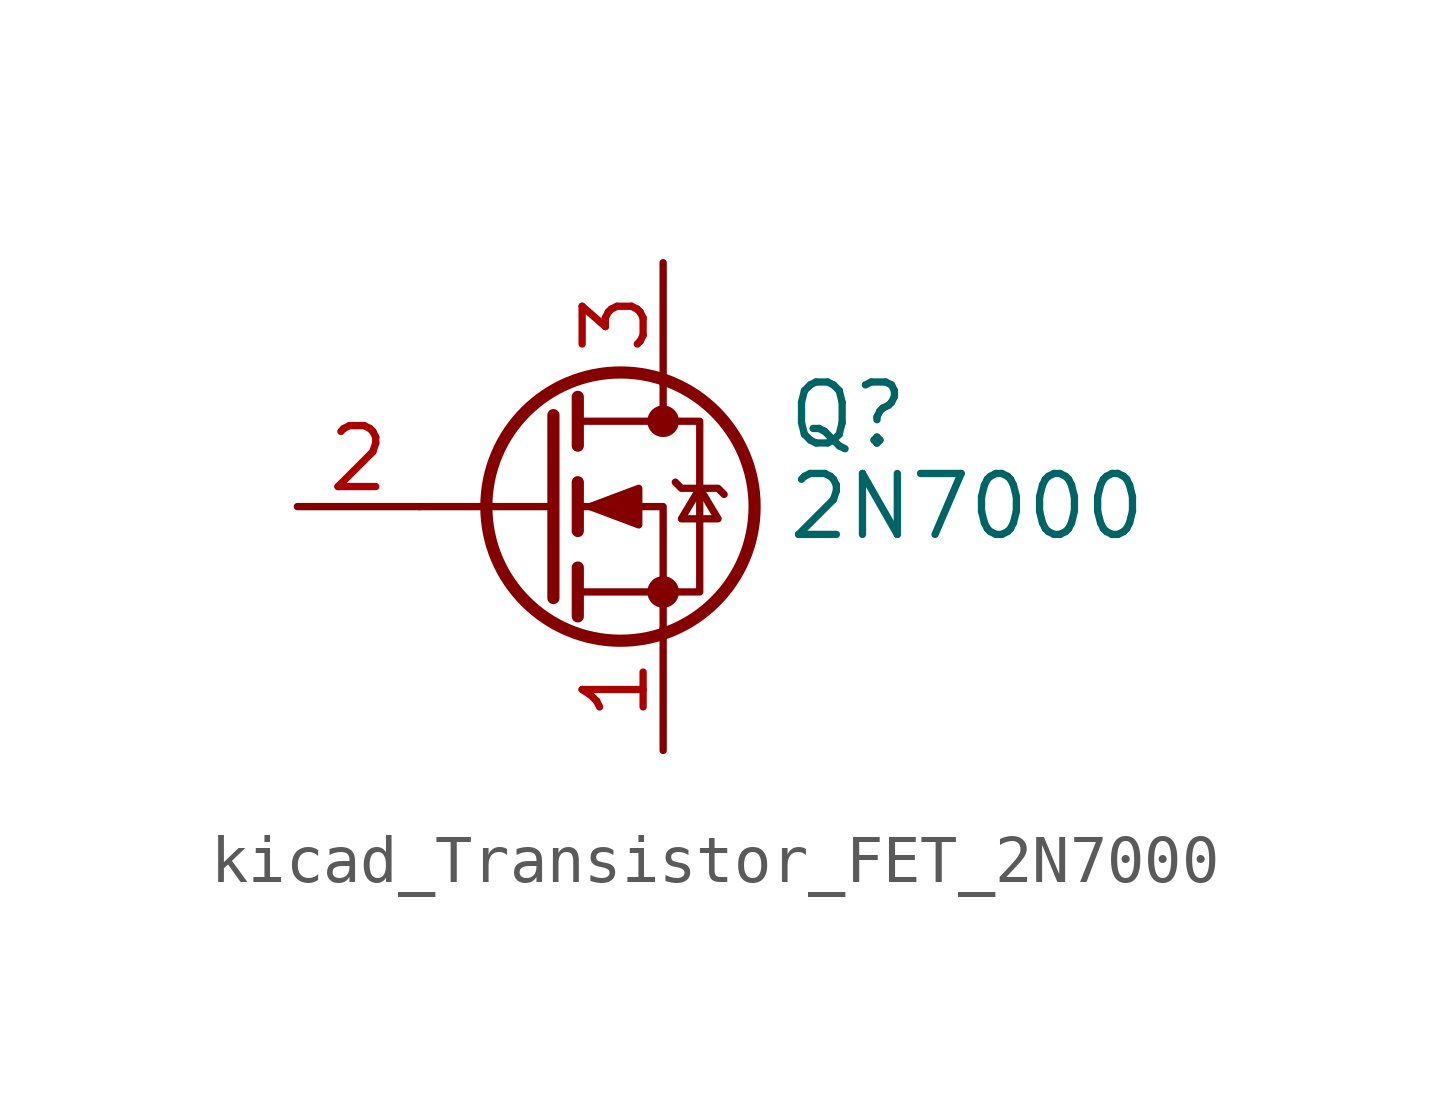
<source format=kicad_sym>
(kicad_symbol_lib
  (version 20220914)
  (generator kicad_symbol_editor)
  (symbol "kicad_Transistor_FET_2N7000"
    (pin_names hide)
    (property "Reference" "Q"
      (at 5.08 1.905 0)
      (effects (font (size 1.27 1.27)) (justify left)))
    (property "Value" "2N7000"
      (at 5.08 0 0)
      (effects (font (size 1.27 1.27)) (justify left)))
    (symbol "kicad_Transistor_FET_2N7000_0_1"
      (polyline (pts (xy 0.254 0) (xy -2.54 0)) (stroke (width 0) (type default)) (fill (type none)))
      (polyline (pts (xy 0.254 1.905) (xy 0.254 -1.905)) (stroke (width 0.254) (type default)) (fill (type none)))
      (polyline (pts (xy 0.762 -1.27) (xy 0.762 -2.286)) (stroke (width 0.254) (type default)) (fill (type none)))
      (polyline (pts (xy 0.762 0.508) (xy 0.762 -0.508)) (stroke (width 0.254) (type default)) (fill (type none)))
      (polyline (pts (xy 0.762 2.286) (xy 0.762 1.27)) (stroke (width 0.254) (type default)) (fill (type none)))
      (polyline (pts (xy 2.54 2.54) (xy 2.54 1.778)) (stroke (width 0) (type default)) (fill (type none)))
      (polyline (pts (xy 2.54 -2.54) (xy 2.54 0) (xy 0.762 0)) (stroke (width 0) (type default)) (fill (type none)))
      (polyline (pts (xy 0.762 -1.778) (xy 3.302 -1.778) (xy 3.302 1.778) (xy 0.762 1.778)) (stroke (width 0) (type default)) (fill (type none)))
      (polyline (pts (xy 1.016 0) (xy 2.032 0.381) (xy 2.032 -0.381) (xy 1.016 0)) (stroke (width 0) (type default)) (fill (type outline)))
      (polyline (pts (xy 2.794 0.508) (xy 2.921 0.381) (xy 3.683 0.381) (xy 3.81 0.254)) (stroke (width 0) (type default)) (fill (type none)))
      (polyline (pts (xy 3.302 0.381) (xy 2.921 -0.254) (xy 3.683 -0.254) (xy 3.302 0.381)) (stroke (width 0) (type default)) (fill (type none)))
      (circle (center 1.651 0) (radius 2.794) (stroke (width 0.254) (type default)) (fill (type none)))
      (circle (center 2.54 -1.778) (radius 0.254) (stroke (width 0) (type default)) (fill (type outline)))
      (circle (center 2.54 1.778) (radius 0.254) (stroke (width 0) (type default)) (fill (type outline))))
    (symbol "kicad_Transistor_FET_2N7000_1_1"
      (pin passive line (at 2.54 -5.08 90) (length 2.54) (name "S" (effects (font (size 1.27 1.27)))) (number "1" (effects (font (size 1.27 1.27)))))
      (pin input line (at -5.08 0 0) (length 2.54) (name "G" (effects (font (size 1.27 1.27)))) (number "2" (effects (font (size 1.27 1.27)))))
      (pin passive line (at 2.54 5.08 270) (length 2.54) (name "D" (effects (font (size 1.27 1.27)))) (number "3" (effects (font (size 1.27 1.27))))))))
</source>
